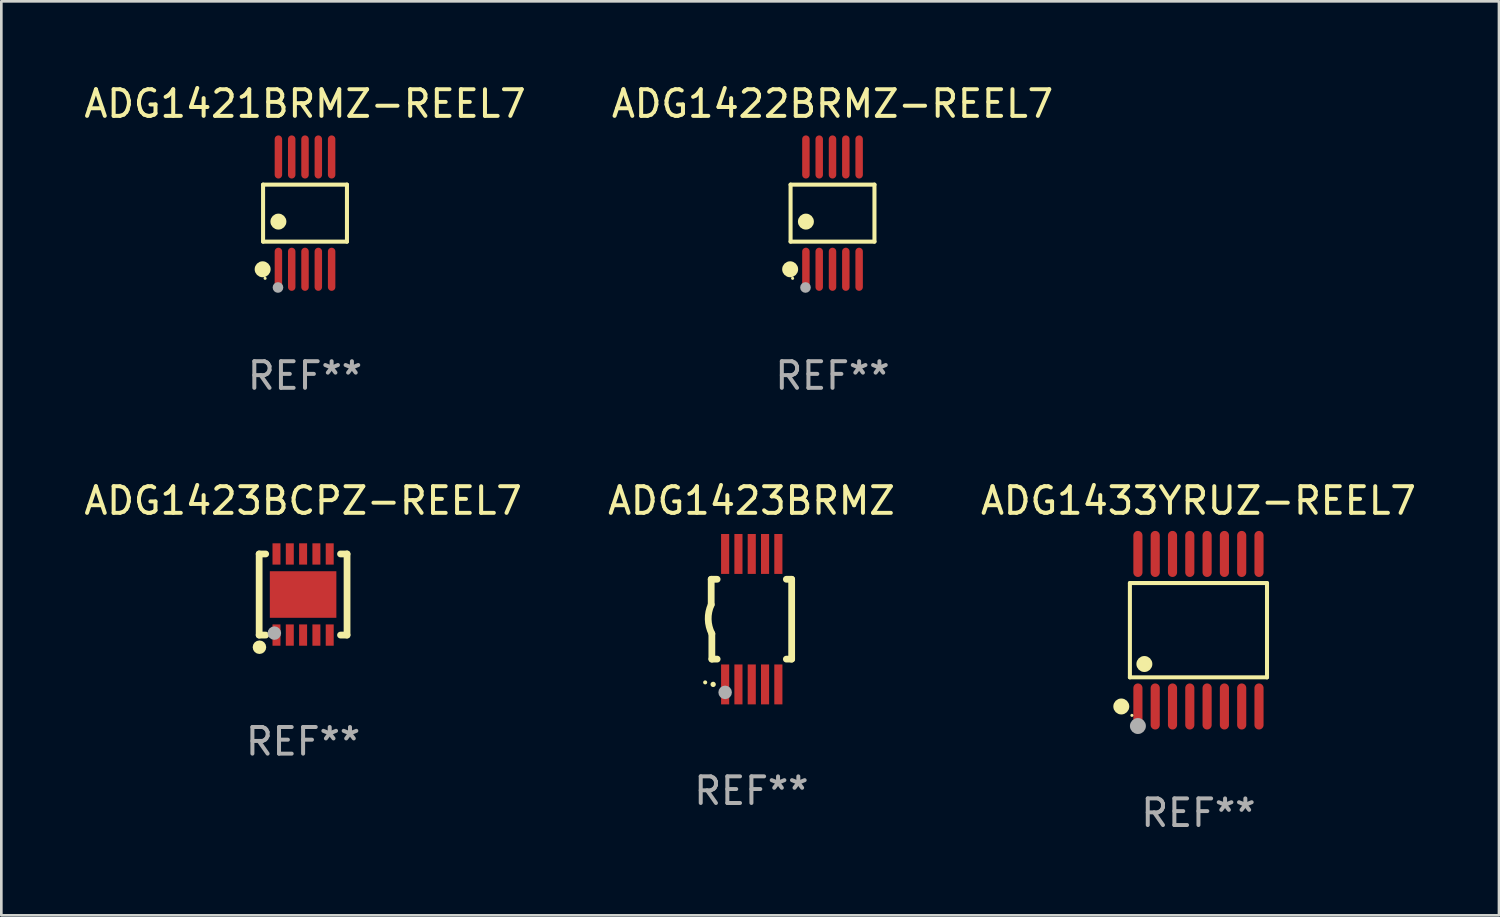
<source format=kicad_pcb>
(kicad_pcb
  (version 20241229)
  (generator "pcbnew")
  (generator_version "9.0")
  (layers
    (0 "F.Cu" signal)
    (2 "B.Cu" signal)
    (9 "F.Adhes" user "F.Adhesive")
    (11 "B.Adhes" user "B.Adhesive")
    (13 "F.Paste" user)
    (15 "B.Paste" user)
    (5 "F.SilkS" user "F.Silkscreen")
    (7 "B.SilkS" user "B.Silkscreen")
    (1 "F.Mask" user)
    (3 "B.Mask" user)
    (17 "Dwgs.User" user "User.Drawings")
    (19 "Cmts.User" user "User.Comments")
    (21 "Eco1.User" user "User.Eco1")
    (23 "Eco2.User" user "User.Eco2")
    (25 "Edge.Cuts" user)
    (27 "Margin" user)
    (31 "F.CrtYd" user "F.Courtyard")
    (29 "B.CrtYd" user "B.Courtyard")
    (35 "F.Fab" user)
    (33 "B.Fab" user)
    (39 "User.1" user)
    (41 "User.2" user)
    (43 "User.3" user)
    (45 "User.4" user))
  (footprint "ADG1421BRMZ-REEL7"
    (layer "F.Cu")
    (at 8.411 4.958)
    (property "Reference" "ADG1421BRMZ-REEL7" (at 0 -4.11 0) (layer "F.SilkS") (effects (font (size 1 1) (thickness 0.15))))
    (attr through_hole)
    (fp_line (start -1.576 -1.071) (end 1.576 -1.071) (stroke (width 0.152) (type solid)) (layer "F.SilkS"))
    (fp_line (start -1.576 1.071) (end -1.576 -1.071) (stroke (width 0.152) (type solid)) (layer "F.SilkS"))
    (fp_line (start 1.576 -1.071) (end 1.576 1.071) (stroke (width 0.152) (type solid)) (layer "F.SilkS"))
    (fp_line (start 1.576 1.071) (end -1.576 1.071) (stroke (width 0.152) (type solid)) (layer "F.SilkS"))
    (fp_circle (center -1.592 2.11) (end -1.442 2.11) (stroke (width 0.3) (type solid)) (fill no) (layer "F.SilkS"))
    (fp_circle (center -1.5 2.45) (end -1.47 2.45) (stroke (width 0.06) (type solid)) (fill no) (layer "F.SilkS"))
    (fp_circle (center -1 0.319) (end -0.85 0.319) (stroke (width 0.3) (type solid)) (fill no) (layer "F.SilkS"))
    (fp_circle (center -1.016 2.794) (end -0.916 2.794) (stroke (width 0.2) (type solid)) (fill no) (layer "F.Fab"))
    (fp_text user "REF**" (at 0 6.11 0) (layer "F.Fab") (effects (font (size 1 1) (thickness 0.15))))
    (pad "1" smd oval (at -1 2.11) (size 0.28 1.62) (layers "F.Cu" "F.Mask" "F.Paste"))
    (pad "2" smd oval (at -0.5 2.11) (size 0.28 1.62) (layers "F.Cu" "F.Mask" "F.Paste"))
    (pad "3" smd oval (at 0 2.11) (size 0.28 1.62) (layers "F.Cu" "F.Mask" "F.Paste"))
    (pad "4" smd oval (at 0.5 2.11) (size 0.28 1.62) (layers "F.Cu" "F.Mask" "F.Paste"))
    (pad "5" smd oval (at 1 2.11) (size 0.28 1.62) (layers "F.Cu" "F.Mask" "F.Paste"))
    (pad "6" smd oval (at 1 -2.11) (size 0.28 1.62) (layers "F.Cu" "F.Mask" "F.Paste"))
    (pad "7" smd oval (at 0.5 -2.11) (size 0.28 1.62) (layers "F.Cu" "F.Mask" "F.Paste"))
    (pad "8" smd oval (at 0 -2.11) (size 0.28 1.62) (layers "F.Cu" "F.Mask" "F.Paste"))
    (pad "9" smd oval (at -0.5 -2.11) (size 0.28 1.62) (layers "F.Cu" "F.Mask" "F.Paste"))
    (pad "10" smd oval (at -1 -2.11) (size 0.28 1.62) (layers "F.Cu" "F.Mask" "F.Paste")))
  (footprint "ADG1423BCPZ-REEL7"
    (layer "F.Cu")
    (at 8.339 19.289)
    (property "Reference" "ADG1423BCPZ-REEL7" (at 0 -3.524 0) (layer "F.SilkS") (effects (font (size 1 1) (thickness 0.15))))
    (attr through_hole)
    (fp_line (start -1.651 -1.524) (end -1.651 1.524) (stroke (width 0.254) (type solid)) (layer "F.SilkS"))
    (fp_line (start -1.651 1.524) (end -1.406 1.524) (stroke (width 0.254) (type solid)) (layer "F.SilkS"))
    (fp_line (start -1.406 -1.524) (end -1.651 -1.524) (stroke (width 0.254) (type solid)) (layer "F.SilkS"))
    (fp_line (start 1.406 1.524) (end 1.651 1.524) (stroke (width 0.254) (type solid)) (layer "F.SilkS"))
    (fp_line (start 1.651 -1.524) (end 1.406 -1.524) (stroke (width 0.254) (type solid)) (layer "F.SilkS"))
    (fp_line (start 1.651 1.524) (end 1.651 -1.524) (stroke (width 0.254) (type solid)) (layer "F.SilkS"))
    (fp_circle (center -1.64 1.98) (end -1.513 1.98) (stroke (width 0.254) (type solid)) (fill no) (layer "F.SilkS"))
    (fp_circle (center -1.5 1.5) (end -1.47 1.5) (stroke (width 0.06) (type solid)) (fill no) (layer "F.SilkS"))
    (fp_circle (center -1.08 1.45) (end -0.953 1.45) (stroke (width 0.254) (type solid)) (fill no) (layer "F.Fab"))
    (fp_text user "REF**" (at 0 5.524 0) (layer "F.Fab") (effects (font (size 1 1) (thickness 0.15))))
    (pad "1" smd rect (at -1 1.524) (size 0.3 0.8) (layers "F.Cu" "F.Mask" "F.Paste"))
    (pad "2" smd rect (at -0.5 1.524) (size 0.3 0.8) (layers "F.Cu" "F.Mask" "F.Paste"))
    (pad "3" smd rect (at 0 1.524) (size 0.3 0.8) (layers "F.Cu" "F.Mask" "F.Paste"))
    (pad "4" smd rect (at 0.5 1.524) (size 0.3 0.8) (layers "F.Cu" "F.Mask" "F.Paste"))
    (pad "5" smd rect (at 1 1.524) (size 0.3 0.8) (layers "F.Cu" "F.Mask" "F.Paste"))
    (pad "6" smd rect (at 1 -1.524) (size 0.3 0.8) (layers "F.Cu" "F.Mask" "F.Paste"))
    (pad "7" smd rect (at 0.5 -1.524) (size 0.3 0.8) (layers "F.Cu" "F.Mask" "F.Paste"))
    (pad "8" smd rect (at 0 -1.524) (size 0.3 0.8) (layers "F.Cu" "F.Mask" "F.Paste"))
    (pad "9" smd rect (at -0.5 -1.524) (size 0.3 0.8) (layers "F.Cu" "F.Mask" "F.Paste"))
    (pad "10" smd rect (at -1 -1.524) (size 0.3 0.8) (layers "F.Cu" "F.Mask" "F.Paste"))
    (pad "11" smd rect (at 0 0) (size 2.5 1.75) (layers "F.Cu" "F.Mask" "F.Paste")))
  (footprint "ADG1423BRMZ"
    (layer "F.Cu")
    (at 25.185 20.216)
    (property "Reference" "ADG1423BRMZ" (at 0 -4.451 0) (layer "F.SilkS") (effects (font (size 1 1) (thickness 0.15))))
    (attr through_hole)
    (fp_line (start -1.512 -1.5) (end -1.512 -0.546) (stroke (width 0.254) (type solid)) (layer "F.SilkS"))
    (fp_line (start -1.487 0.546) (end -1.487 1.5) (stroke (width 0.254) (type solid)) (layer "F.SilkS"))
    (fp_line (start -1.288 -1.5) (end -1.512 -1.5) (stroke (width 0.254) (type solid)) (layer "F.SilkS"))
    (fp_line (start -1.288 1.5) (end -1.487 1.5) (stroke (width 0.254) (type solid)) (layer "F.SilkS"))
    (fp_line (start 1.512 -1.5) (end 1.312 -1.5) (stroke (width 0.254) (type solid)) (layer "F.SilkS"))
    (fp_line (start 1.512 -1.5) (end 1.512 1.5) (stroke (width 0.254) (type solid)) (layer "F.SilkS"))
    (fp_line (start 1.512 1.5) (end 1.312 1.5) (stroke (width 0.254) (type solid)) (layer "F.SilkS"))
    (fp_arc (start -1.739332 2.375032) (mid -1.738062 2.375026) (end -1.736792 2.375032) (stroke (width 0.150013) (type solid)) (layer "F.SilkS"))
    (fp_arc (start -1.486602 0.546102) (mid -1.624196 0.002905) (end -1.512002 -0.546101) (stroke (width 0.254001) (type solid)) (layer "F.SilkS"))
    (fp_circle (center -1.438 2.45) (end -1.388 2.45) (stroke (width 0.1) (type solid)) (fill no) (layer "F.SilkS"))
    (fp_circle (center -0.988 2.75) (end -0.861 2.75) (stroke (width 0.254) (type solid)) (fill no) (layer "F.Fab"))
    (fp_text user "REF**" (at 0 6.451 0) (layer "F.Fab") (effects (font (size 1 1) (thickness 0.15))))
    (pad "1" smd rect (at -0.988 2.451 90) (size 1.5 0.305) (layers "F.Cu" "F.Mask" "F.Paste"))
    (pad "2" smd rect (at -0.488 2.451 90) (size 1.5 0.305) (layers "F.Cu" "F.Mask" "F.Paste"))
    (pad "3" smd rect (at 0.012 2.451 90) (size 1.5 0.305) (layers "F.Cu" "F.Mask" "F.Paste"))
    (pad "4" smd rect (at 0.512 2.451 90) (size 1.5 0.305) (layers "F.Cu" "F.Mask" "F.Paste"))
    (pad "5" smd rect (at 1.012 2.451 90) (size 1.5 0.305) (layers "F.Cu" "F.Mask" "F.Paste"))
    (pad "6" smd rect (at 1.012 -2.451 90) (size 1.5 0.305) (layers "F.Cu" "F.Mask" "F.Paste"))
    (pad "7" smd rect (at 0.512 -2.451 90) (size 1.5 0.305) (layers "F.Cu" "F.Mask" "F.Paste"))
    (pad "8" smd rect (at 0.012 -2.451 90) (size 1.5 0.305) (layers "F.Cu" "F.Mask" "F.Paste"))
    (pad "9" smd rect (at -0.488 -2.451 90) (size 1.5 0.305) (layers "F.Cu" "F.Mask" "F.Paste"))
    (pad "10" smd rect (at -0.988 -2.451 90) (size 1.5 0.305) (layers "F.Cu" "F.Mask" "F.Paste")))
  (footprint "ADG1422BRMZ-REEL7"
    (layer "F.Cu")
    (at 28.232 4.958)
    (property "Reference" "ADG1422BRMZ-REEL7" (at 0 -4.11 0) (layer "F.SilkS") (effects (font (size 1 1) (thickness 0.15))))
    (attr through_hole)
    (fp_line (start -1.576 -1.071) (end 1.576 -1.071) (stroke (width 0.152) (type solid)) (layer "F.SilkS"))
    (fp_line (start -1.576 1.071) (end -1.576 -1.071) (stroke (width 0.152) (type solid)) (layer "F.SilkS"))
    (fp_line (start 1.576 -1.071) (end 1.576 1.071) (stroke (width 0.152) (type solid)) (layer "F.SilkS"))
    (fp_line (start 1.576 1.071) (end -1.576 1.071) (stroke (width 0.152) (type solid)) (layer "F.SilkS"))
    (fp_circle (center -1.592 2.11) (end -1.442 2.11) (stroke (width 0.3) (type solid)) (fill no) (layer "F.SilkS"))
    (fp_circle (center -1.5 2.45) (end -1.47 2.45) (stroke (width 0.06) (type solid)) (fill no) (layer "F.SilkS"))
    (fp_circle (center -1 0.319) (end -0.85 0.319) (stroke (width 0.3) (type solid)) (fill no) (layer "F.SilkS"))
    (fp_circle (center -1.016 2.794) (end -0.916 2.794) (stroke (width 0.2) (type solid)) (fill no) (layer "F.Fab"))
    (fp_text user "REF**" (at 0 6.11 0) (layer "F.Fab") (effects (font (size 1 1) (thickness 0.15))))
    (pad "1" smd oval (at -1 2.11) (size 0.28 1.62) (layers "F.Cu" "F.Mask" "F.Paste"))
    (pad "2" smd oval (at -0.5 2.11) (size 0.28 1.62) (layers "F.Cu" "F.Mask" "F.Paste"))
    (pad "3" smd oval (at 0 2.11) (size 0.28 1.62) (layers "F.Cu" "F.Mask" "F.Paste"))
    (pad "4" smd oval (at 0.5 2.11) (size 0.28 1.62) (layers "F.Cu" "F.Mask" "F.Paste"))
    (pad "5" smd oval (at 1 2.11) (size 0.28 1.62) (layers "F.Cu" "F.Mask" "F.Paste"))
    (pad "6" smd oval (at 1 -2.11) (size 0.28 1.62) (layers "F.Cu" "F.Mask" "F.Paste"))
    (pad "7" smd oval (at 0.5 -2.11) (size 0.28 1.62) (layers "F.Cu" "F.Mask" "F.Paste"))
    (pad "8" smd oval (at 0 -2.11) (size 0.28 1.62) (layers "F.Cu" "F.Mask" "F.Paste"))
    (pad "9" smd oval (at -0.5 -2.11) (size 0.28 1.62) (layers "F.Cu" "F.Mask" "F.Paste"))
    (pad "10" smd oval (at -1 -2.11) (size 0.28 1.62) (layers "F.Cu" "F.Mask" "F.Paste")))
  (footprint "ADG1433YRUZ-REEL7"
    (layer "F.Cu")
    (at 41.982 20.63)
    (property "Reference" "ADG1433YRUZ-REEL7" (at 0 -4.866 0) (layer "F.SilkS") (effects (font (size 1 1) (thickness 0.15))))
    (attr through_hole)
    (fp_line (start -2.576 -1.772) (end 2.576 -1.772) (stroke (width 0.152) (type solid)) (layer "F.SilkS"))
    (fp_line (start -2.576 1.771) (end -2.576 -1.772) (stroke (width 0.152) (type solid)) (layer "F.SilkS"))
    (fp_line (start 2.576 -1.772) (end 2.576 1.771) (stroke (width 0.152) (type solid)) (layer "F.SilkS"))
    (fp_line (start 2.576 1.771) (end -2.576 1.771) (stroke (width 0.152) (type solid)) (layer "F.SilkS"))
    (fp_circle (center -2.899 2.866) (end -2.749 2.866) (stroke (width 0.3) (type solid)) (fill no) (layer "F.SilkS"))
    (fp_circle (center -2.5 3.2) (end -2.47 3.2) (stroke (width 0.06) (type solid)) (fill no) (layer "F.SilkS"))
    (fp_circle (center -2.032 1.27) (end -1.882 1.27) (stroke (width 0.3) (type solid)) (fill no) (layer "F.SilkS"))
    (fp_circle (center -2.275 3.6) (end -2.125 3.6) (stroke (width 0.3) (type solid)) (fill no) (layer "F.Fab"))
    (fp_text user "REF**" (at 0 6.866 0) (layer "F.Fab") (effects (font (size 1 1) (thickness 0.15))))
    (pad "1" smd oval (at -2.275 2.866) (size 0.343 1.731) (layers "F.Cu" "F.Mask" "F.Paste"))
    (pad "2" smd oval (at -1.625 2.866) (size 0.343 1.731) (layers "F.Cu" "F.Mask" "F.Paste"))
    (pad "3" smd oval (at -0.975 2.866) (size 0.343 1.731) (layers "F.Cu" "F.Mask" "F.Paste"))
    (pad "4" smd oval (at -0.325 2.866) (size 0.343 1.731) (layers "F.Cu" "F.Mask" "F.Paste"))
    (pad "5" smd oval (at 0.325 2.866) (size 0.343 1.731) (layers "F.Cu" "F.Mask" "F.Paste"))
    (pad "6" smd oval (at 0.975 2.866) (size 0.343 1.731) (layers "F.Cu" "F.Mask" "F.Paste"))
    (pad "7" smd oval (at 1.625 2.866) (size 0.343 1.731) (layers "F.Cu" "F.Mask" "F.Paste"))
    (pad "8" smd oval (at 2.275 2.866) (size 0.343 1.731) (layers "F.Cu" "F.Mask" "F.Paste"))
    (pad "9" smd oval (at 2.275 -2.866) (size 0.343 1.731) (layers "F.Cu" "F.Mask" "F.Paste"))
    (pad "10" smd oval (at 1.625 -2.866) (size 0.343 1.731) (layers "F.Cu" "F.Mask" "F.Paste"))
    (pad "11" smd oval (at 0.975 -2.866) (size 0.343 1.731) (layers "F.Cu" "F.Mask" "F.Paste"))
    (pad "12" smd oval (at 0.325 -2.866) (size 0.343 1.731) (layers "F.Cu" "F.Mask" "F.Paste"))
    (pad "13" smd oval (at -0.325 -2.866) (size 0.343 1.731) (layers "F.Cu" "F.Mask" "F.Paste"))
    (pad "14" smd oval (at -0.975 -2.866) (size 0.343 1.731) (layers "F.Cu" "F.Mask" "F.Paste"))
    (pad "15" smd oval (at -1.625 -2.866) (size 0.343 1.731) (layers "F.Cu" "F.Mask" "F.Paste"))
    (pad "16" smd oval (at -2.275 -2.866) (size 0.343 1.731) (layers "F.Cu" "F.Mask" "F.Paste")))
  (gr_rect
    (start -3 -3)
    (end 53.274 31.344)
    (stroke (width 0.1) (type default))
    (fill no)
    (layer "Edge.Cuts")))
</source>
